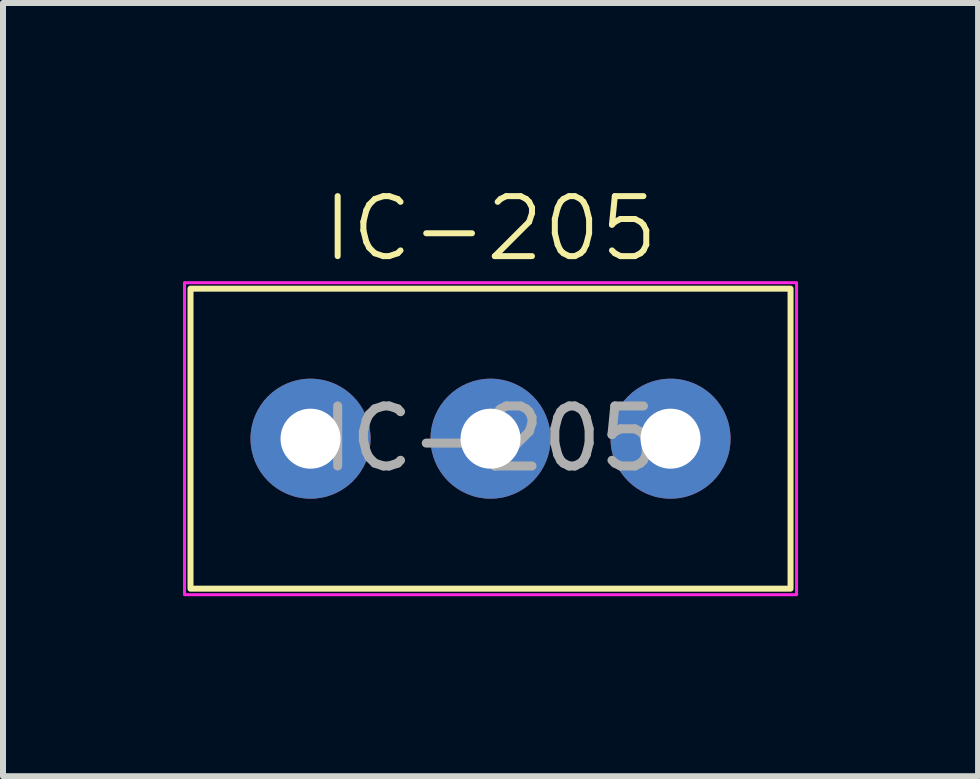
<source format=kicad_pcb>
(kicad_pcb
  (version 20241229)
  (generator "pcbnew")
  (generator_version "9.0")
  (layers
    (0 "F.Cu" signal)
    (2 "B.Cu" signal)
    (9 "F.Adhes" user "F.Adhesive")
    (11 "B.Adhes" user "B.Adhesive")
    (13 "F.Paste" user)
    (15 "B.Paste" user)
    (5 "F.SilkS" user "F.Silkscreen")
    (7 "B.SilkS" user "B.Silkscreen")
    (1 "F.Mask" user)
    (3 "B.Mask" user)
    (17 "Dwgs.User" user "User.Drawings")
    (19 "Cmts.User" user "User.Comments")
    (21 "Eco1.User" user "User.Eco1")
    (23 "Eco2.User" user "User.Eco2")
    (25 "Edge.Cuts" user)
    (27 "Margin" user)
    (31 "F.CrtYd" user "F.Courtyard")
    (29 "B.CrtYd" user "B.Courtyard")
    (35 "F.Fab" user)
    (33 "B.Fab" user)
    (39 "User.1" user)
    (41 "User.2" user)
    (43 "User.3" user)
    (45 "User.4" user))
  (footprint "IC-205"
    (layer "F.Cu")
    (at 5.125 4.261)
    (property "Reference" "IC-205" (at 0 -3.5 0) (unlocked yes) (layer "F.SilkS") (effects (font (size 1 1) (thickness 0.1))))
    (attr smd)
    (fp_rect (start -5 -2.5) (end 5 2.5) (stroke (width 0.1) (type default)) (fill no) (layer "F.SilkS"))
    (fp_rect (start -5.1 -2.6) (end 5.1 2.6) (stroke (width 0.05) (type solid)) (fill no) (layer "F.CrtYd"))
    (fp_text user "${REFERENCE}" (at 0 0 0) (unlocked yes) (layer "F.Fab") (effects (font (size 1 1) (thickness 0.15))))
    (pad "1" thru_hole circle (at -3 0) (size 2 2) (drill 1) (layers "*.Cu" "*.Mask"))
    (pad "2" thru_hole circle (at 0 0) (size 2 2) (drill 1) (layers "*.Cu" "*.Mask"))
    (pad "3" thru_hole circle (at 3 0) (size 2 2) (drill 1) (layers "*.Cu" "*.Mask")))
  (gr_rect
    (start -3 -3)
    (end 13.25 9.886)
    (stroke (width 0.1) (type default))
    (fill no)
    (layer "Edge.Cuts")))
</source>
